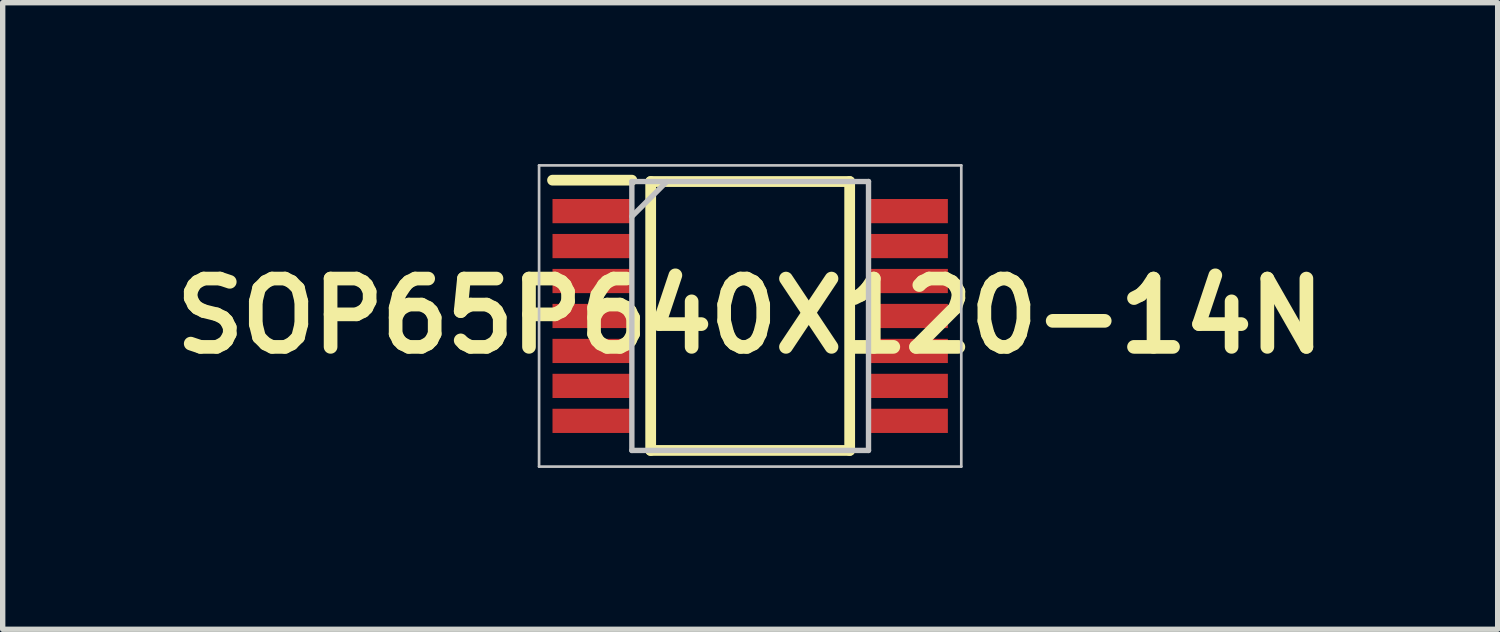
<source format=kicad_pcb>
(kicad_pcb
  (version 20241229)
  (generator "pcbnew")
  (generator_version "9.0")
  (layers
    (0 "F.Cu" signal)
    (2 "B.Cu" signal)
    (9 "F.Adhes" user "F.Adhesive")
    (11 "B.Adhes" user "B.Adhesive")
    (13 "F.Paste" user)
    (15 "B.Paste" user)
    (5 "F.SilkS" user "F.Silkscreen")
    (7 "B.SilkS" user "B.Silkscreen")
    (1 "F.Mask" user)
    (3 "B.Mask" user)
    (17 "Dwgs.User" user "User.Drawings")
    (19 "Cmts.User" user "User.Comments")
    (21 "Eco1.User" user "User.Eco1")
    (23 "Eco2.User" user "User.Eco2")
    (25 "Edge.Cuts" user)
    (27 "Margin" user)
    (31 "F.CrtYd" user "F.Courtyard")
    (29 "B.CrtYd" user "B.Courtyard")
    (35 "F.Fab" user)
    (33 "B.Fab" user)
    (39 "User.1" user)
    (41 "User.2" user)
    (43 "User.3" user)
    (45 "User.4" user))
  (footprint "SOP65P640X120-14N"
    (layer "F.Cu")
    (at 10.898 2.825)
    (property "Reference" "SOP65P640X120-14N" (at 0 0 0) (layer "F.SilkS") (effects (font (size 1.27 1.27) (thickness 0.254))))
    (attr smd)
    (fp_line (start -3.675 -2.525) (end -2.2 -2.525) (stroke (width 0.2) (type solid)) (layer "F.SilkS"))
    (fp_line (start -1.85 -2.5) (end 1.85 -2.5) (stroke (width 0.2) (type solid)) (layer "F.SilkS"))
    (fp_line (start -1.85 2.5) (end -1.85 -2.5) (stroke (width 0.2) (type solid)) (layer "F.SilkS"))
    (fp_line (start 1.85 -2.5) (end 1.85 2.5) (stroke (width 0.2) (type solid)) (layer "F.SilkS"))
    (fp_line (start 1.85 2.5) (end -1.85 2.5) (stroke (width 0.2) (type solid)) (layer "F.SilkS"))
    (fp_line (start -3.925 -2.8) (end 3.925 -2.8) (stroke (width 0.05) (type solid)) (layer "Dwgs.User"))
    (fp_line (start -3.925 2.8) (end -3.925 -2.8) (stroke (width 0.05) (type solid)) (layer "Dwgs.User"))
    (fp_line (start -2.2 -2.5) (end 2.2 -2.5) (stroke (width 0.1) (type solid)) (layer "Dwgs.User"))
    (fp_line (start -2.2 -1.85) (end -1.55 -2.5) (stroke (width 0.1) (type solid)) (layer "Dwgs.User"))
    (fp_line (start -2.2 2.5) (end -2.2 -2.5) (stroke (width 0.1) (type solid)) (layer "Dwgs.User"))
    (fp_line (start 2.2 -2.5) (end 2.2 2.5) (stroke (width 0.1) (type solid)) (layer "Dwgs.User"))
    (fp_line (start 2.2 2.5) (end -2.2 2.5) (stroke (width 0.1) (type solid)) (layer "Dwgs.User"))
    (fp_line (start 3.925 -2.8) (end 3.925 2.8) (stroke (width 0.05) (type solid)) (layer "Dwgs.User"))
    (fp_line (start 3.925 2.8) (end -3.925 2.8) (stroke (width 0.05) (type solid)) (layer "Dwgs.User"))
    (pad "1" smd rect (at -2.938 -1.95 90) (size 0.45 1.475) (layers "F.Cu" "F.Mask" "F.Paste"))
    (pad "2" smd rect (at -2.938 -1.3 90) (size 0.45 1.475) (layers "F.Cu" "F.Mask" "F.Paste"))
    (pad "3" smd rect (at -2.938 -0.65 90) (size 0.45 1.475) (layers "F.Cu" "F.Mask" "F.Paste"))
    (pad "4" smd rect (at -2.938 0 90) (size 0.45 1.475) (layers "F.Cu" "F.Mask" "F.Paste"))
    (pad "5" smd rect (at -2.938 0.65 90) (size 0.45 1.475) (layers "F.Cu" "F.Mask" "F.Paste"))
    (pad "6" smd rect (at -2.938 1.3 90) (size 0.45 1.475) (layers "F.Cu" "F.Mask" "F.Paste"))
    (pad "7" smd rect (at -2.938 1.95 90) (size 0.45 1.475) (layers "F.Cu" "F.Mask" "F.Paste"))
    (pad "8" smd rect (at 2.938 1.95 90) (size 0.45 1.475) (layers "F.Cu" "F.Mask" "F.Paste"))
    (pad "9" smd rect (at 2.938 1.3 90) (size 0.45 1.475) (layers "F.Cu" "F.Mask" "F.Paste"))
    (pad "10" smd rect (at 2.938 0.65 90) (size 0.45 1.475) (layers "F.Cu" "F.Mask" "F.Paste"))
    (pad "11" smd rect (at 2.938 0 90) (size 0.45 1.475) (layers "F.Cu" "F.Mask" "F.Paste"))
    (pad "12" smd rect (at 2.938 -0.65 90) (size 0.45 1.475) (layers "F.Cu" "F.Mask" "F.Paste"))
    (pad "13" smd rect (at 2.938 -1.3 90) (size 0.45 1.475) (layers "F.Cu" "F.Mask" "F.Paste"))
    (pad "14" smd rect (at 2.938 -1.95 90) (size 0.45 1.475) (layers "F.Cu" "F.Mask" "F.Paste")))
  (gr_rect
    (start -3 -3)
    (end 24.796 8.65)
    (stroke (width 0.1) (type default))
    (fill no)
    (layer "Edge.Cuts")))
</source>
